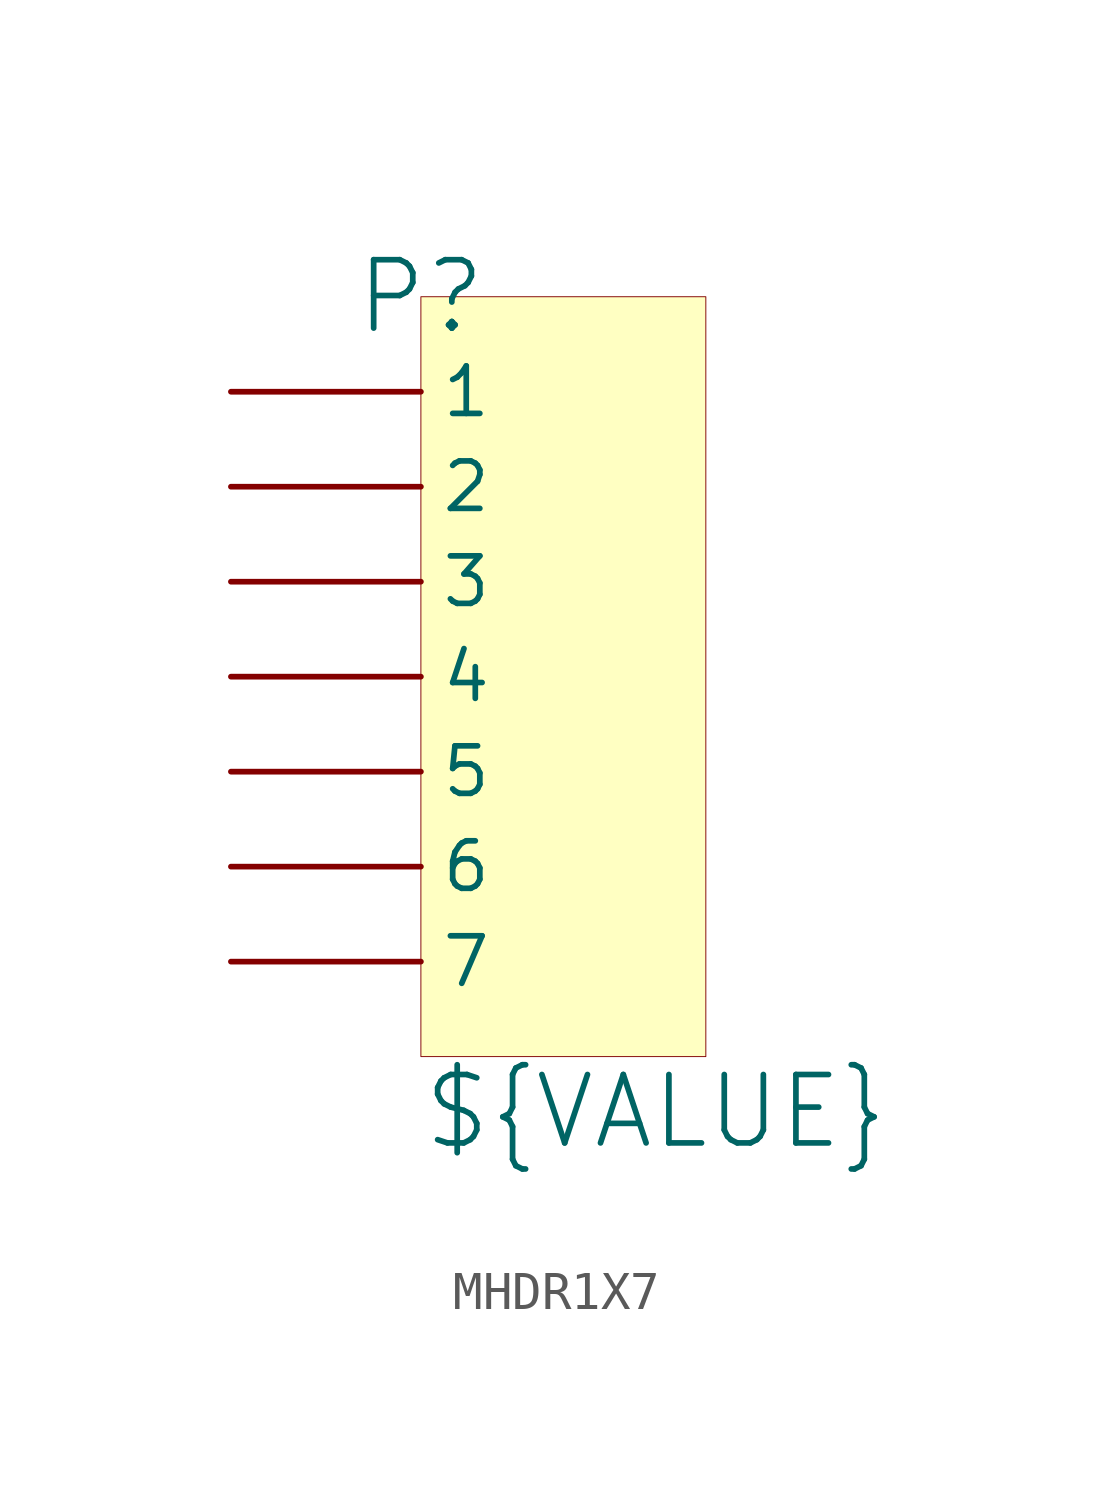
<source format=kicad_sym>
(kicad_symbol_lib
  (version 20241209)
  (generator "kicad_symbol_editor")
  (generator_version "9.0")
  (symbol "MHDR1X7"
    (pin_numbers
      (hide yes))
    (property "Reference" "P"
      (at 0 0 0)
      (effects (font (size 1.829 1.829))))
    (property "Value" "${VALUE}"
      (at 0 -22.86 0)
      (effects (font (size 1.829 1.829)) (justify left bottom)))
    (symbol "MHDR1X7_1_0"
      (rectangle (start 7.62 0) (end 0 -20.32) (stroke (width 0.025) (type solid) (color 128 0 0 1)) (fill (type background)))
      (pin passive line (at -5.08 -2.54 0) (length 5.08) (name "1" (effects (font (size 1.27 1.27)))) (number "1" (effects (font (size 1.27 1.27)))))
      (pin passive line (at -5.08 -5.08 0) (length 5.08) (name "2" (effects (font (size 1.27 1.27)))) (number "2" (effects (font (size 1.27 1.27)))))
      (pin passive line (at -5.08 -7.62 0) (length 5.08) (name "3" (effects (font (size 1.27 1.27)))) (number "3" (effects (font (size 1.27 1.27)))))
      (pin passive line (at -5.08 -10.16 0) (length 5.08) (name "4" (effects (font (size 1.27 1.27)))) (number "4" (effects (font (size 1.27 1.27)))))
      (pin passive line (at -5.08 -12.7 0) (length 5.08) (name "5" (effects (font (size 1.27 1.27)))) (number "5" (effects (font (size 1.27 1.27)))))
      (pin passive line (at -5.08 -15.24 0) (length 5.08) (name "6" (effects (font (size 1.27 1.27)))) (number "6" (effects (font (size 1.27 1.27)))))
      (pin passive line (at -5.08 -17.78 0) (length 5.08) (name "7" (effects (font (size 1.27 1.27)))) (number "7" (effects (font (size 1.27 1.27))))))))
</source>
